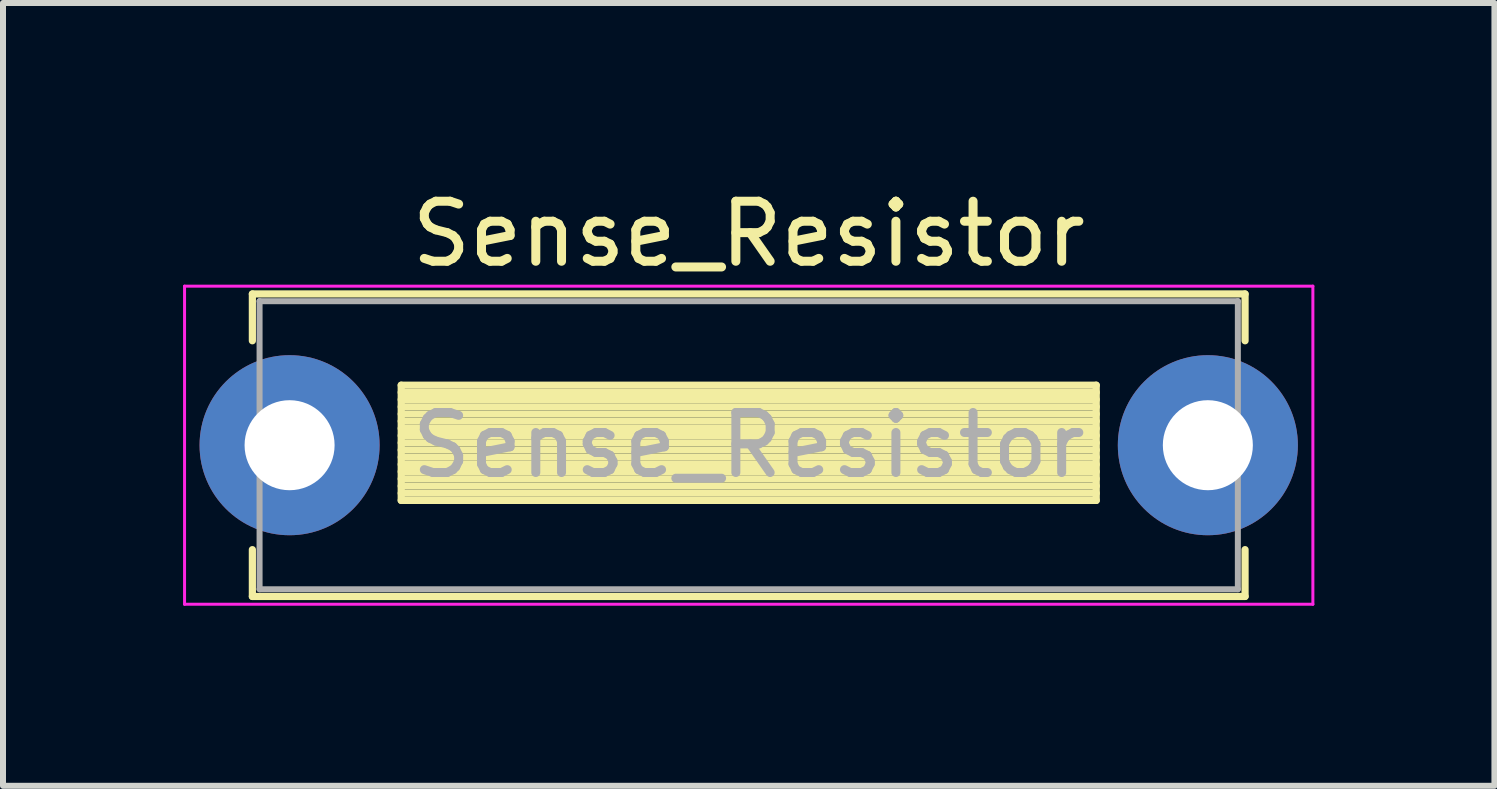
<source format=kicad_pcb>
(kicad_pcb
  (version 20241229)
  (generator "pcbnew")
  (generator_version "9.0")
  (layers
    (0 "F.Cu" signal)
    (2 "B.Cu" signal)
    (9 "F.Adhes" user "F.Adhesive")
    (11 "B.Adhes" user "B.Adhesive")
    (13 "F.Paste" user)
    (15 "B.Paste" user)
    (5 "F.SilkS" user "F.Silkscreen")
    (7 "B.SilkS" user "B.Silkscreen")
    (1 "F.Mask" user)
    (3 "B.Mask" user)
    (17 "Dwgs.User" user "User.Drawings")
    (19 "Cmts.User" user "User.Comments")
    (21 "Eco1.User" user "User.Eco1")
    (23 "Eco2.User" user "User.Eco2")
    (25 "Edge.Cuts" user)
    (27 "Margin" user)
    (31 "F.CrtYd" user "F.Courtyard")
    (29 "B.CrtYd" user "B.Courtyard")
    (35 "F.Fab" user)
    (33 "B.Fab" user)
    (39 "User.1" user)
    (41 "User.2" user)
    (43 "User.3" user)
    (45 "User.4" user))
  (footprint "Sense_Resistor"
    (layer "F.Cu")
    (at 1.775 4.368)
    (property "Reference" "Sense_Resistor" (at 7.65 -3.52 0) (layer "F.SilkS") (effects (font (size 1 1) (thickness 0.15))))
    (attr through_hole)
    (fp_line (start -0.62 -2.52) (end 15.92 -2.52) (stroke (width 0.12) (type solid)) (layer "F.SilkS"))
    (fp_line (start -0.62 -1.74) (end -0.62 -2.52) (stroke (width 0.12) (type solid)) (layer "F.SilkS"))
    (fp_line (start -0.62 1.74) (end -0.62 2.52) (stroke (width 0.12) (type solid)) (layer "F.SilkS"))
    (fp_line (start -0.62 2.52) (end 15.92 2.52) (stroke (width 0.12) (type solid)) (layer "F.SilkS"))
    (fp_line (start 1.86 -1) (end 1.86 0.92) (stroke (width 0.12) (type solid)) (layer "F.SilkS"))
    (fp_line (start 1.86 -1) (end 13.44 -1) (stroke (width 0.12) (type solid)) (layer "F.SilkS"))
    (fp_line (start 1.86 -0.88) (end 13.44 -0.88) (stroke (width 0.12) (type solid)) (layer "F.SilkS"))
    (fp_line (start 1.86 -0.76) (end 13.44 -0.76) (stroke (width 0.12) (type solid)) (layer "F.SilkS"))
    (fp_line (start 1.86 -0.64) (end 13.44 -0.64) (stroke (width 0.12) (type solid)) (layer "F.SilkS"))
    (fp_line (start 1.86 -0.52) (end 13.44 -0.52) (stroke (width 0.12) (type solid)) (layer "F.SilkS"))
    (fp_line (start 1.86 -0.4) (end 13.44 -0.4) (stroke (width 0.12) (type solid)) (layer "F.SilkS"))
    (fp_line (start 1.86 -0.28) (end 13.44 -0.28) (stroke (width 0.12) (type solid)) (layer "F.SilkS"))
    (fp_line (start 1.86 -0.16) (end 13.44 -0.16) (stroke (width 0.12) (type solid)) (layer "F.SilkS"))
    (fp_line (start 1.86 -0.04) (end 13.44 -0.04) (stroke (width 0.12) (type solid)) (layer "F.SilkS"))
    (fp_line (start 1.86 0.08) (end 13.44 0.08) (stroke (width 0.12) (type solid)) (layer "F.SilkS"))
    (fp_line (start 1.86 0.2) (end 13.44 0.2) (stroke (width 0.12) (type solid)) (layer "F.SilkS"))
    (fp_line (start 1.86 0.32) (end 13.44 0.32) (stroke (width 0.12) (type solid)) (layer "F.SilkS"))
    (fp_line (start 1.86 0.44) (end 13.44 0.44) (stroke (width 0.12) (type solid)) (layer "F.SilkS"))
    (fp_line (start 1.86 0.56) (end 13.44 0.56) (stroke (width 0.12) (type solid)) (layer "F.SilkS"))
    (fp_line (start 1.86 0.68) (end 13.44 0.68) (stroke (width 0.12) (type solid)) (layer "F.SilkS"))
    (fp_line (start 1.86 0.8) (end 13.44 0.8) (stroke (width 0.12) (type solid)) (layer "F.SilkS"))
    (fp_line (start 1.86 0.92) (end 13.44 0.92) (stroke (width 0.12) (type solid)) (layer "F.SilkS"))
    (fp_line (start 13.44 -1) (end 13.44 0.92) (stroke (width 0.12) (type solid)) (layer "F.SilkS"))
    (fp_line (start 15.92 -2.52) (end 15.92 -1.74) (stroke (width 0.12) (type solid)) (layer "F.SilkS"))
    (fp_line (start 15.92 2.52) (end 15.92 1.74) (stroke (width 0.12) (type solid)) (layer "F.SilkS"))
    (fp_line (start -1.75 -2.65) (end -1.75 2.65) (stroke (width 0.05) (type solid)) (layer "F.CrtYd"))
    (fp_line (start -1.75 2.65) (end 17.05 2.65) (stroke (width 0.05) (type solid)) (layer "F.CrtYd"))
    (fp_line (start 17.05 -2.65) (end -1.75 -2.65) (stroke (width 0.05) (type solid)) (layer "F.CrtYd"))
    (fp_line (start 17.05 2.65) (end 17.05 -2.65) (stroke (width 0.05) (type solid)) (layer "F.CrtYd"))
    (fp_line (start -0.5 -2.4) (end -0.5 2.4) (stroke (width 0.1) (type solid)) (layer "F.Fab"))
    (fp_line (start -0.5 2.4) (end 15.8 2.4) (stroke (width 0.1) (type solid)) (layer "F.Fab"))
    (fp_line (start 15.8 -2.4) (end -0.5 -2.4) (stroke (width 0.1) (type solid)) (layer "F.Fab"))
    (fp_line (start 15.8 2.4) (end 15.8 -2.4) (stroke (width 0.1) (type solid)) (layer "F.Fab"))
    (fp_text user "${REFERENCE}" (at 7.65 0 0) (layer "F.Fab") (effects (font (size 1 1) (thickness 0.15))))
    (pad "1" thru_hole circle (at 0 0) (size 3 3) (drill 1.5) (layers "*.Cu" "*.Mask"))
    (pad "2" thru_hole oval (at 15.3 0) (size 3 3) (drill 1.5) (layers "*.Cu" "*.Mask")))
  (gr_rect
    (start -3 -3)
    (end 21.85 10.043)
    (stroke (width 0.1) (type default))
    (fill no)
    (layer "Edge.Cuts")))
</source>
